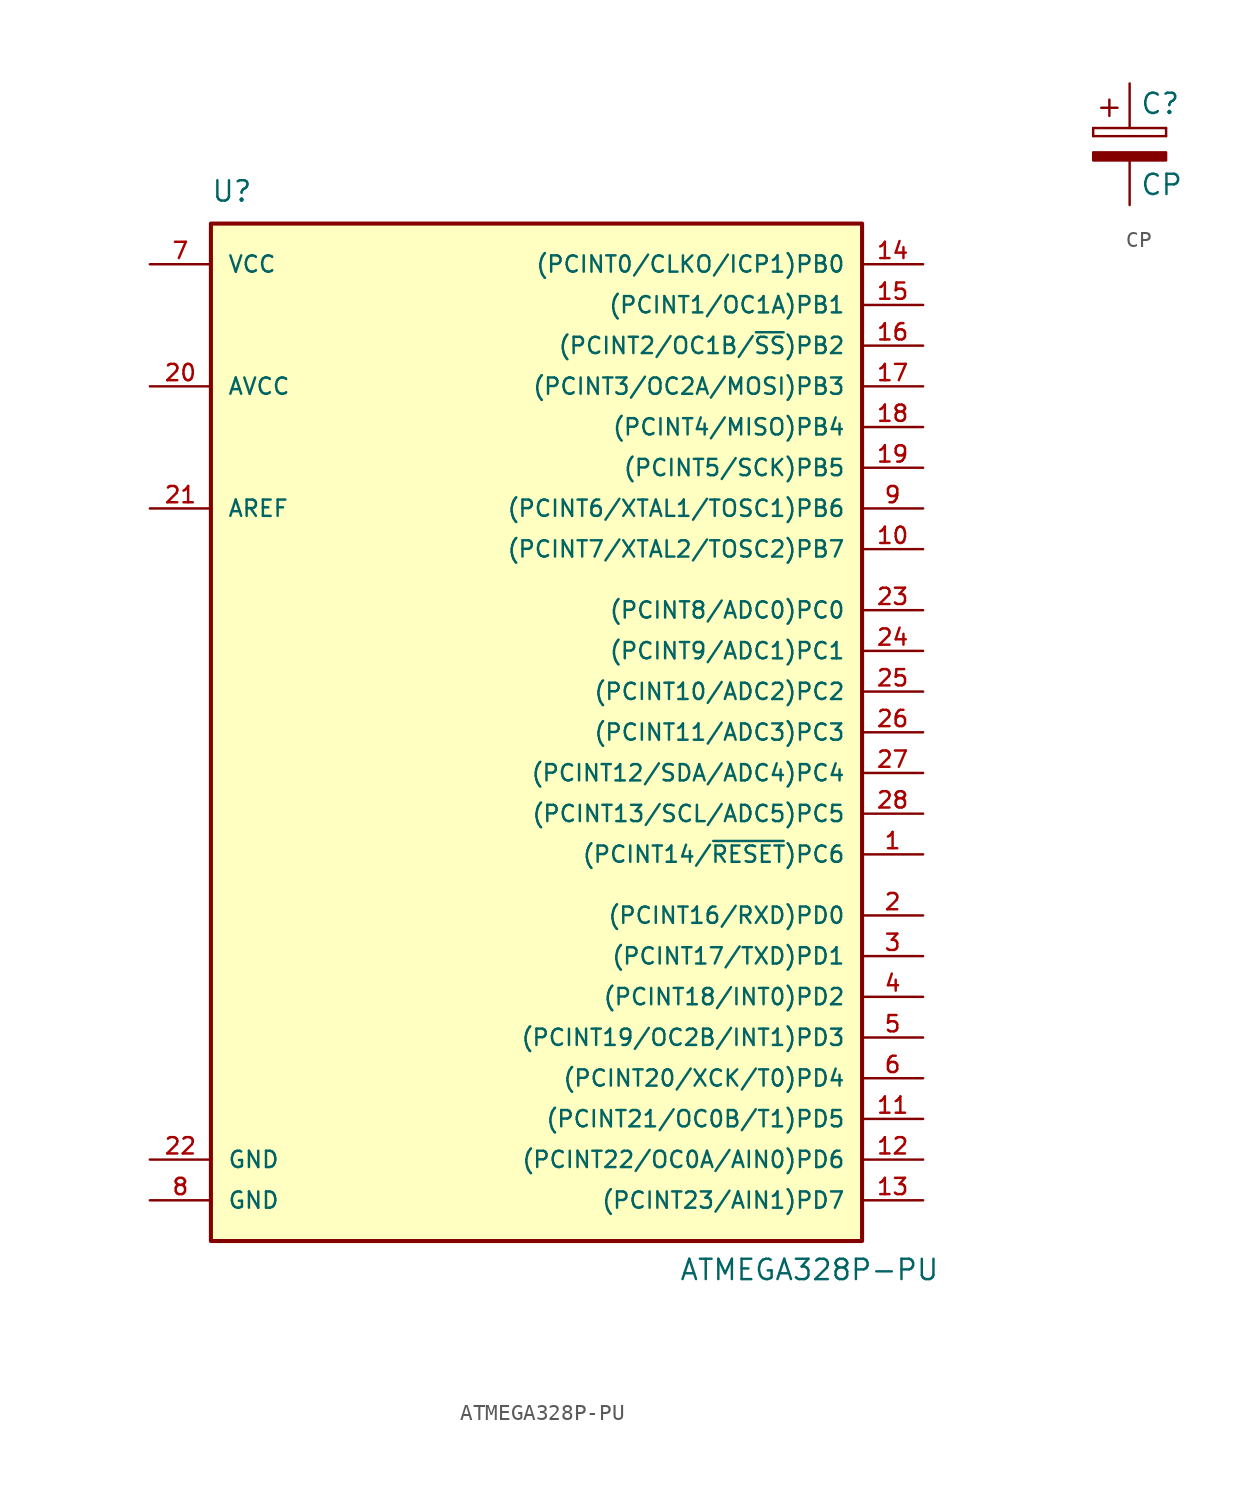
<source format=kicad_sym>
(kicad_symbol_lib
  (version 20211014)
  (generator kicad_symbol_editor)
  (symbol "ATMEGA328P-PU"
    (pin_names
      (offset 1.016))
    (property "Reference" "U"
      (at -19.05 31.75 0)
      (effects (font (size 1.27 1.27)) (justify left bottom)))
    (property "Value" "ATMEGA328P-PU"
      (at 10.16 -35.56 0)
      (effects (font (size 1.27 1.27)) (justify left bottom)))
    (symbol "ATMEGA328P-PU_0_1"
      (rectangle (start -19.05 30.48) (end 21.59 -33.02) (stroke (width 0.254) (type default) (color 0 0 0 0)) (fill (type background))))
    (symbol "ATMEGA328P-PU_1_1"
      (pin bidirectional line (at 25.4 -8.89 180) (length 3.81) (name "(PCINT14/~{RESET})PC6" (effects (font (size 1.016 1.016)))) (number "1" (effects (font (size 1.016 1.016)))))
      (pin bidirectional line (at 25.4 10.16 180) (length 3.81) (name "(PCINT7/XTAL2/TOSC2)PB7" (effects (font (size 1.016 1.016)))) (number "10" (effects (font (size 1.016 1.016)))))
      (pin bidirectional line (at 25.4 -25.4 180) (length 3.81) (name "(PCINT21/OC0B/T1)PD5" (effects (font (size 1.016 1.016)))) (number "11" (effects (font (size 1.016 1.016)))))
      (pin bidirectional line (at 25.4 -27.94 180) (length 3.81) (name "(PCINT22/OC0A/AIN0)PD6" (effects (font (size 1.016 1.016)))) (number "12" (effects (font (size 1.016 1.016)))))
      (pin bidirectional line (at 25.4 -30.48 180) (length 3.81) (name "(PCINT23/AIN1)PD7" (effects (font (size 1.016 1.016)))) (number "13" (effects (font (size 1.016 1.016)))))
      (pin bidirectional line (at 25.4 27.94 180) (length 3.81) (name "(PCINT0/CLKO/ICP1)PB0" (effects (font (size 1.016 1.016)))) (number "14" (effects (font (size 1.016 1.016)))))
      (pin bidirectional line (at 25.4 25.4 180) (length 3.81) (name "(PCINT1/OC1A)PB1" (effects (font (size 1.016 1.016)))) (number "15" (effects (font (size 1.016 1.016)))))
      (pin bidirectional line (at 25.4 22.86 180) (length 3.81) (name "(PCINT2/OC1B/~{SS})PB2" (effects (font (size 1.016 1.016)))) (number "16" (effects (font (size 1.016 1.016)))))
      (pin bidirectional line (at 25.4 20.32 180) (length 3.81) (name "(PCINT3/OC2A/MOSI)PB3" (effects (font (size 1.016 1.016)))) (number "17" (effects (font (size 1.016 1.016)))))
      (pin bidirectional line (at 25.4 17.78 180) (length 3.81) (name "(PCINT4/MISO)PB4" (effects (font (size 1.016 1.016)))) (number "18" (effects (font (size 1.016 1.016)))))
      (pin bidirectional line (at 25.4 15.24 180) (length 3.81) (name "(PCINT5/SCK)PB5" (effects (font (size 1.016 1.016)))) (number "19" (effects (font (size 1.016 1.016)))))
      (pin bidirectional line (at 25.4 -12.7 180) (length 3.81) (name "(PCINT16/RXD)PD0" (effects (font (size 1.016 1.016)))) (number "2" (effects (font (size 1.016 1.016)))))
      (pin power_in line (at -22.86 20.32 0) (length 3.81) (name "AVCC" (effects (font (size 1.016 1.016)))) (number "20" (effects (font (size 1.016 1.016)))))
      (pin bidirectional line (at -22.86 12.7 0) (length 3.81) (name "AREF" (effects (font (size 1.016 1.016)))) (number "21" (effects (font (size 1.016 1.016)))))
      (pin power_in line (at -22.86 -27.94 0) (length 3.81) (name "GND" (effects (font (size 1.016 1.016)))) (number "22" (effects (font (size 1.016 1.016)))))
      (pin bidirectional line (at 25.4 6.35 180) (length 3.81) (name "(PCINT8/ADC0)PC0" (effects (font (size 1.016 1.016)))) (number "23" (effects (font (size 1.016 1.016)))))
      (pin bidirectional line (at 25.4 3.81 180) (length 3.81) (name "(PCINT9/ADC1)PC1" (effects (font (size 1.016 1.016)))) (number "24" (effects (font (size 1.016 1.016)))))
      (pin bidirectional line (at 25.4 1.27 180) (length 3.81) (name "(PCINT10/ADC2)PC2" (effects (font (size 1.016 1.016)))) (number "25" (effects (font (size 1.016 1.016)))))
      (pin bidirectional line (at 25.4 -1.27 180) (length 3.81) (name "(PCINT11/ADC3)PC3" (effects (font (size 1.016 1.016)))) (number "26" (effects (font (size 1.016 1.016)))))
      (pin bidirectional line (at 25.4 -3.81 180) (length 3.81) (name "(PCINT12/SDA/ADC4)PC4" (effects (font (size 1.016 1.016)))) (number "27" (effects (font (size 1.016 1.016)))))
      (pin bidirectional line (at 25.4 -6.35 180) (length 3.81) (name "(PCINT13/SCL/ADC5)PC5" (effects (font (size 1.016 1.016)))) (number "28" (effects (font (size 1.016 1.016)))))
      (pin bidirectional line (at 25.4 -15.24 180) (length 3.81) (name "(PCINT17/TXD)PD1" (effects (font (size 1.016 1.016)))) (number "3" (effects (font (size 1.016 1.016)))))
      (pin bidirectional line (at 25.4 -17.78 180) (length 3.81) (name "(PCINT18/INT0)PD2" (effects (font (size 1.016 1.016)))) (number "4" (effects (font (size 1.016 1.016)))))
      (pin bidirectional line (at 25.4 -20.32 180) (length 3.81) (name "(PCINT19/OC2B/INT1)PD3" (effects (font (size 1.016 1.016)))) (number "5" (effects (font (size 1.016 1.016)))))
      (pin bidirectional line (at 25.4 -22.86 180) (length 3.81) (name "(PCINT20/XCK/T0)PD4" (effects (font (size 1.016 1.016)))) (number "6" (effects (font (size 1.016 1.016)))))
      (pin power_in line (at -22.86 27.94 0) (length 3.81) (name "VCC" (effects (font (size 1.016 1.016)))) (number "7" (effects (font (size 1.016 1.016)))))
      (pin power_in line (at -22.86 -30.48 0) (length 3.81) (name "GND" (effects (font (size 1.016 1.016)))) (number "8" (effects (font (size 1.016 1.016)))))
      (pin bidirectional line (at 25.4 12.7 180) (length 3.81) (name "(PCINT6/XTAL1/TOSC1)PB6" (effects (font (size 1.016 1.016)))) (number "9" (effects (font (size 1.016 1.016)))))))
  (symbol "CP"
    (pin_numbers hide)
    (pin_names
      (offset 0.254))
    (property "Reference" "C"
      (at 0.635 2.54 0)
      (effects (font (size 1.27 1.27)) (justify left)))
    (property "Value" "CP"
      (at 0.635 -2.54 0)
      (effects (font (size 1.27 1.27)) (justify left)))
    (symbol "CP_0_1"
      (rectangle (start -2.286 0.508) (end -2.286 1.016) (stroke (width 0) (type default) (color 0 0 0 0)) (fill (type none)))
      (rectangle (start -2.286 0.508) (end 2.286 0.508) (stroke (width 0) (type default) (color 0 0 0 0)) (fill (type none)))
      (polyline (pts (xy -1.778 2.286) (xy -0.762 2.286)) (stroke (width 0) (type default) (color 0 0 0 0)) (fill (type none)))
      (polyline (pts (xy -1.27 2.794) (xy -1.27 1.778)) (stroke (width 0) (type default) (color 0 0 0 0)) (fill (type none)))
      (rectangle (start 2.286 -0.508) (end -2.286 -1.016) (stroke (width 0) (type default) (color 0 0 0 0)) (fill (type outline)))
      (rectangle (start 2.286 1.016) (end -2.286 1.016) (stroke (width 0) (type default) (color 0 0 0 0)) (fill (type none)))
      (rectangle (start 2.286 1.016) (end 2.286 0.508) (stroke (width 0) (type default) (color 0 0 0 0)) (fill (type none))))
    (symbol "CP_1_1"
      (pin passive line (at 0 3.81 270) (length 2.794) (name "~" (effects (font (size 1.27 1.27)))) (number "1" (effects (font (size 1.27 1.27)))))
      (pin passive line (at 0 -3.81 90) (length 2.794) (name "~" (effects (font (size 1.27 1.27)))) (number "2" (effects (font (size 1.27 1.27))))))))
</source>
